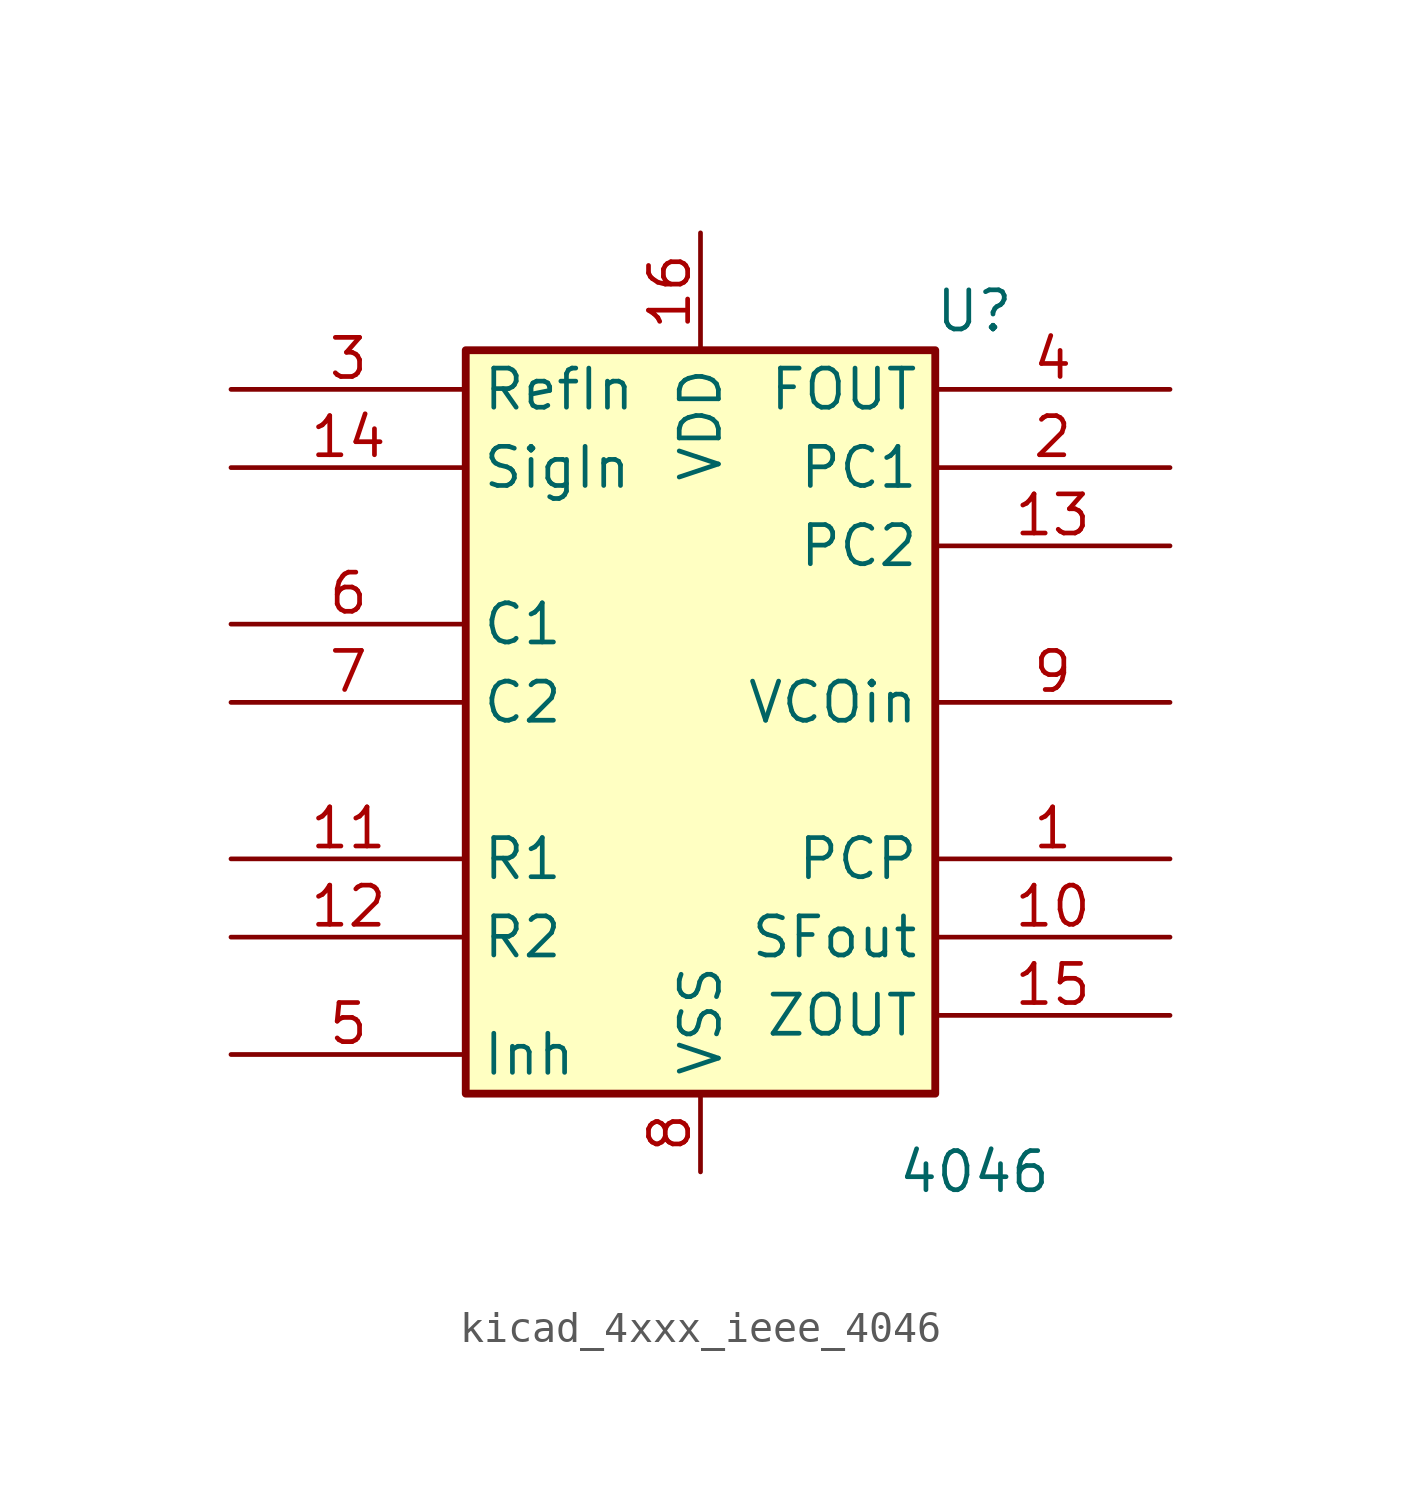
<source format=kicad_sym>
(kicad_symbol_lib
  (version 20220914)
  (generator kicad_symbol_editor)
  (symbol "kicad_4xxx_ieee_4046"
    (property "Reference" "U"
      (at 8.89 12.7 0)
      (effects (font (size 1.27 1.27))))
    (property "Value" "4046"
      (at 8.89 -15.24 0)
      (effects (font (size 1.27 1.27))))
    (symbol "kicad_4xxx_ieee_4046_0_1"
      (rectangle (start -7.62 11.43) (end 7.62 -12.7) (stroke (width 0.254) (type default)) (fill (type background)))
      (pin power_in line (at 0 15.24 270) (length 3.81) (name "VDD" (effects (font (size 1.27 1.27)))) (number "16" (effects (font (size 1.27 1.27)))))
      (pin power_in line (at 0 -15.24 90) (length 2.54) (name "VSS" (effects (font (size 1.27 1.27)))) (number "8" (effects (font (size 1.27 1.27))))))
    (symbol "kicad_4xxx_ieee_4046_1_1"
      (pin output line (at 15.24 -5.08 180) (length 7.62) (name "PCP" (effects (font (size 1.27 1.27)))) (number "1" (effects (font (size 1.27 1.27)))))
      (pin output line (at 15.24 -7.62 180) (length 7.62) (name "SFout" (effects (font (size 1.27 1.27)))) (number "10" (effects (font (size 1.27 1.27)))))
      (pin input line (at -15.24 -5.08 0) (length 7.62) (name "R1" (effects (font (size 1.27 1.27)))) (number "11" (effects (font (size 1.27 1.27)))))
      (pin input line (at -15.24 -7.62 0) (length 7.62) (name "R2" (effects (font (size 1.27 1.27)))) (number "12" (effects (font (size 1.27 1.27)))))
      (pin tri_state line (at 15.24 5.08 180) (length 7.62) (name "PC2" (effects (font (size 1.27 1.27)))) (number "13" (effects (font (size 1.27 1.27)))))
      (pin input line (at -15.24 7.62 0) (length 7.62) (name "SigIn" (effects (font (size 1.27 1.27)))) (number "14" (effects (font (size 1.27 1.27)))))
      (pin output line (at 15.24 -10.16 180) (length 7.62) (name "ZOUT" (effects (font (size 1.27 1.27)))) (number "15" (effects (font (size 1.27 1.27)))))
      (pin output line (at 15.24 7.62 180) (length 7.62) (name "PC1" (effects (font (size 1.27 1.27)))) (number "2" (effects (font (size 1.27 1.27)))))
      (pin input line (at -15.24 10.16 0) (length 7.62) (name "RefIn" (effects (font (size 1.27 1.27)))) (number "3" (effects (font (size 1.27 1.27)))))
      (pin output line (at 15.24 10.16 180) (length 7.62) (name "FOUT" (effects (font (size 1.27 1.27)))) (number "4" (effects (font (size 1.27 1.27)))))
      (pin input line (at -15.24 -11.43 0) (length 7.62) (name "Inh" (effects (font (size 1.27 1.27)))) (number "5" (effects (font (size 1.27 1.27)))))
      (pin input line (at -15.24 2.54 0) (length 7.62) (name "C1" (effects (font (size 1.27 1.27)))) (number "6" (effects (font (size 1.27 1.27)))))
      (pin input line (at -15.24 0 0) (length 7.62) (name "C2" (effects (font (size 1.27 1.27)))) (number "7" (effects (font (size 1.27 1.27)))))
      (pin input line (at 15.24 0 180) (length 7.62) (name "VCOin" (effects (font (size 1.27 1.27)))) (number "9" (effects (font (size 1.27 1.27))))))))
</source>
